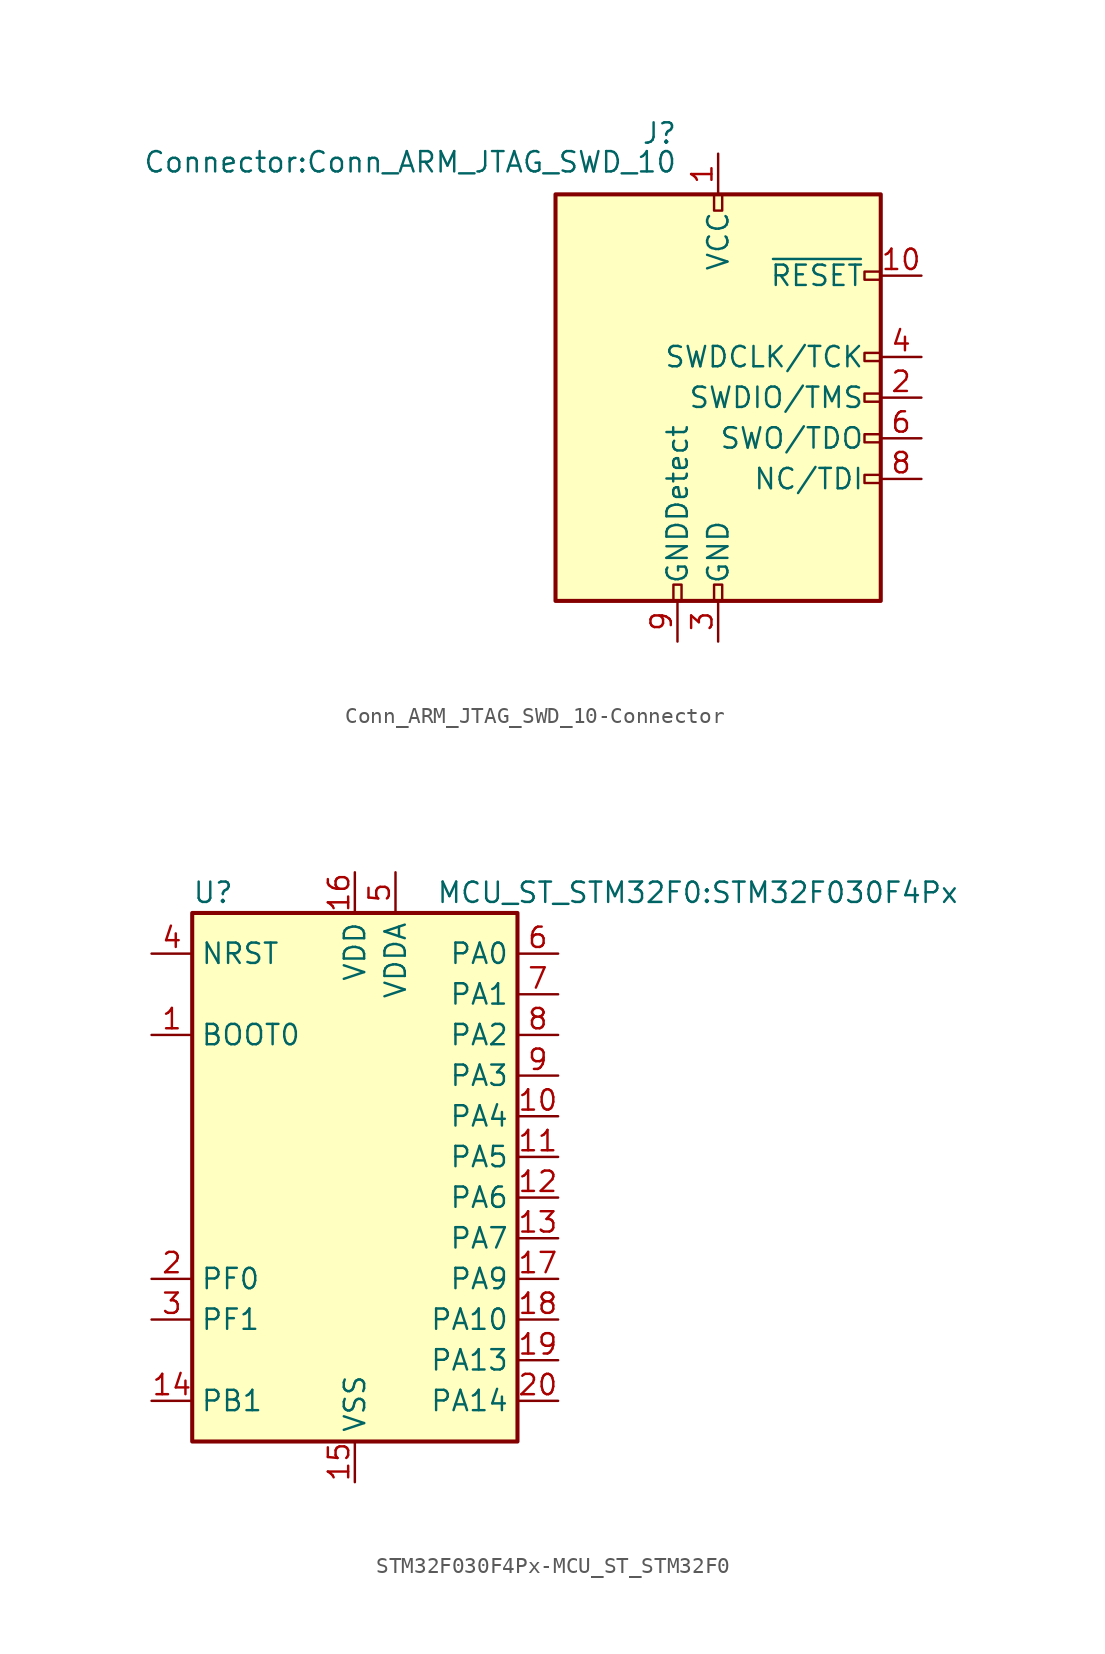
<source format=kicad_sym>
(kicad_symbol_lib
  (version 20220914)
  (generator kicad_symbol_editor)
  (symbol "Conn_ARM_JTAG_SWD_10-Connector"
    (pin_names
      (offset 1.016))
    (property "Reference" "J"
      (at -2.54 16.51 0)
      (effects (font (size 1.27 1.27)) (justify right)))
    (property "Value" "Connector:Conn_ARM_JTAG_SWD_10"
      (at -2.54 13.97 0)
      (effects (font (size 1.27 1.27)) (justify right bottom)))
    (symbol "Conn_ARM_JTAG_SWD_10-Connector_0_1"
      (rectangle (start -10.16 12.7) (end 10.16 -12.7) (stroke (width 0.254) (type solid)) (fill (type background)))
      (rectangle (start -2.794 -12.7) (end -2.286 -11.684) (stroke (width 0) (type solid)) (fill (type none)))
      (rectangle (start -0.254 -12.7) (end 0.254 -11.684) (stroke (width 0) (type solid)) (fill (type none)))
      (rectangle (start -0.254 12.7) (end 0.254 11.684) (stroke (width 0) (type solid)) (fill (type none)))
      (rectangle (start 9.144 2.286) (end 10.16 2.794) (stroke (width 0) (type solid)) (fill (type none)))
      (rectangle (start 10.16 -2.794) (end 9.144 -2.286) (stroke (width 0) (type solid)) (fill (type none)))
      (rectangle (start 10.16 -0.254) (end 9.144 0.254) (stroke (width 0) (type solid)) (fill (type none)))
      (rectangle (start 10.16 7.874) (end 9.144 7.366) (stroke (width 0) (type solid)) (fill (type none))))
    (symbol "Conn_ARM_JTAG_SWD_10-Connector_1_1"
      (rectangle (start 9.144 -5.334) (end 10.16 -4.826) (stroke (width 0) (type solid)) (fill (type none)))
      (pin power_in line (at 0 15.24 270) (length 2.54) (name "VCC" (effects (font (size 1.27 1.27)))) (number "1" (effects (font (size 1.27 1.27)))))
      (pin open_collector line (at 12.7 7.62 180) (length 2.54) (name "~{RESET}" (effects (font (size 1.27 1.27)))) (number "10" (effects (font (size 1.27 1.27)))))
      (pin bidirectional line (at 12.7 0 180) (length 2.54) (name "SWDIO/TMS" (effects (font (size 1.27 1.27)))) (number "2" (effects (font (size 1.27 1.27)))))
      (pin power_in line (at 0 -15.24 90) (length 2.54) (name "GND" (effects (font (size 1.27 1.27)))) (number "3" (effects (font (size 1.27 1.27)))))
      (pin output line (at 12.7 2.54 180) (length 2.54) (name "SWDCLK/TCK" (effects (font (size 1.27 1.27)))) (number "4" (effects (font (size 1.27 1.27)))))
      (pin passive line (at 0 -15.24 90) (length 2.54) hide (name "GND" (effects (font (size 1.27 1.27)))) (number "5" (effects (font (size 1.27 1.27)))))
      (pin input line (at 12.7 -2.54 180) (length 2.54) (name "SWO/TDO" (effects (font (size 1.27 1.27)))) (number "6" (effects (font (size 1.27 1.27)))))
      (pin no_connect line (at -10.16 0 0) (length 2.54) hide (name "KEY" (effects (font (size 1.27 1.27)))) (number "7" (effects (font (size 1.27 1.27)))))
      (pin output line (at 12.7 -5.08 180) (length 2.54) (name "NC/TDI" (effects (font (size 1.27 1.27)))) (number "8" (effects (font (size 1.27 1.27)))))
      (pin input line (at -2.54 -15.24 90) (length 2.54) (name "GNDDetect" (effects (font (size 1.27 1.27)))) (number "9" (effects (font (size 1.27 1.27)))))))
  (symbol "STM32F030F4Px-MCU_ST_STM32F0"
    (property "Reference" "U"
      (at -10.16 16.51 0)
      (effects (font (size 1.27 1.27)) (justify left)))
    (property "Value" "MCU_ST_STM32F0:STM32F030F4Px"
      (at 5.08 16.51 0)
      (effects (font (size 1.27 1.27)) (justify left)))
    (symbol "STM32F030F4Px-MCU_ST_STM32F0_0_1"
      (rectangle (start -10.16 -17.78) (end 10.16 15.24) (stroke (width 0.254) (type solid)) (fill (type background))))
    (symbol "STM32F030F4Px-MCU_ST_STM32F0_1_1"
      (pin input line (at -12.7 7.62 0) (length 2.54) (name "BOOT0" (effects (font (size 1.27 1.27)))) (number "1" (effects (font (size 1.27 1.27)))))
      (pin bidirectional line (at 12.7 2.54 180) (length 2.54) (name "PA4" (effects (font (size 1.27 1.27)))) (number "10" (effects (font (size 1.27 1.27)))))
      (pin bidirectional line (at 12.7 0 180) (length 2.54) (name "PA5" (effects (font (size 1.27 1.27)))) (number "11" (effects (font (size 1.27 1.27)))))
      (pin bidirectional line (at 12.7 -2.54 180) (length 2.54) (name "PA6" (effects (font (size 1.27 1.27)))) (number "12" (effects (font (size 1.27 1.27)))))
      (pin bidirectional line (at 12.7 -5.08 180) (length 2.54) (name "PA7" (effects (font (size 1.27 1.27)))) (number "13" (effects (font (size 1.27 1.27)))))
      (pin bidirectional line (at -12.7 -15.24 0) (length 2.54) (name "PB1" (effects (font (size 1.27 1.27)))) (number "14" (effects (font (size 1.27 1.27)))))
      (pin power_in line (at 0 -20.32 90) (length 2.54) (name "VSS" (effects (font (size 1.27 1.27)))) (number "15" (effects (font (size 1.27 1.27)))))
      (pin power_in line (at 0 17.78 270) (length 2.54) (name "VDD" (effects (font (size 1.27 1.27)))) (number "16" (effects (font (size 1.27 1.27)))))
      (pin bidirectional line (at 12.7 -7.62 180) (length 2.54) (name "PA9" (effects (font (size 1.27 1.27)))) (number "17" (effects (font (size 1.27 1.27)))))
      (pin bidirectional line (at 12.7 -10.16 180) (length 2.54) (name "PA10" (effects (font (size 1.27 1.27)))) (number "18" (effects (font (size 1.27 1.27)))))
      (pin bidirectional line (at 12.7 -12.7 180) (length 2.54) (name "PA13" (effects (font (size 1.27 1.27)))) (number "19" (effects (font (size 1.27 1.27)))))
      (pin input line (at -12.7 -7.62 0) (length 2.54) (name "PF0" (effects (font (size 1.27 1.27)))) (number "2" (effects (font (size 1.27 1.27)))))
      (pin bidirectional line (at 12.7 -15.24 180) (length 2.54) (name "PA14" (effects (font (size 1.27 1.27)))) (number "20" (effects (font (size 1.27 1.27)))))
      (pin input line (at -12.7 -10.16 0) (length 2.54) (name "PF1" (effects (font (size 1.27 1.27)))) (number "3" (effects (font (size 1.27 1.27)))))
      (pin input line (at -12.7 12.7 0) (length 2.54) (name "NRST" (effects (font (size 1.27 1.27)))) (number "4" (effects (font (size 1.27 1.27)))))
      (pin power_in line (at 2.54 17.78 270) (length 2.54) (name "VDDA" (effects (font (size 1.27 1.27)))) (number "5" (effects (font (size 1.27 1.27)))))
      (pin bidirectional line (at 12.7 12.7 180) (length 2.54) (name "PA0" (effects (font (size 1.27 1.27)))) (number "6" (effects (font (size 1.27 1.27)))))
      (pin bidirectional line (at 12.7 10.16 180) (length 2.54) (name "PA1" (effects (font (size 1.27 1.27)))) (number "7" (effects (font (size 1.27 1.27)))))
      (pin bidirectional line (at 12.7 7.62 180) (length 2.54) (name "PA2" (effects (font (size 1.27 1.27)))) (number "8" (effects (font (size 1.27 1.27)))))
      (pin bidirectional line (at 12.7 5.08 180) (length 2.54) (name "PA3" (effects (font (size 1.27 1.27)))) (number "9" (effects (font (size 1.27 1.27))))))))
</source>
